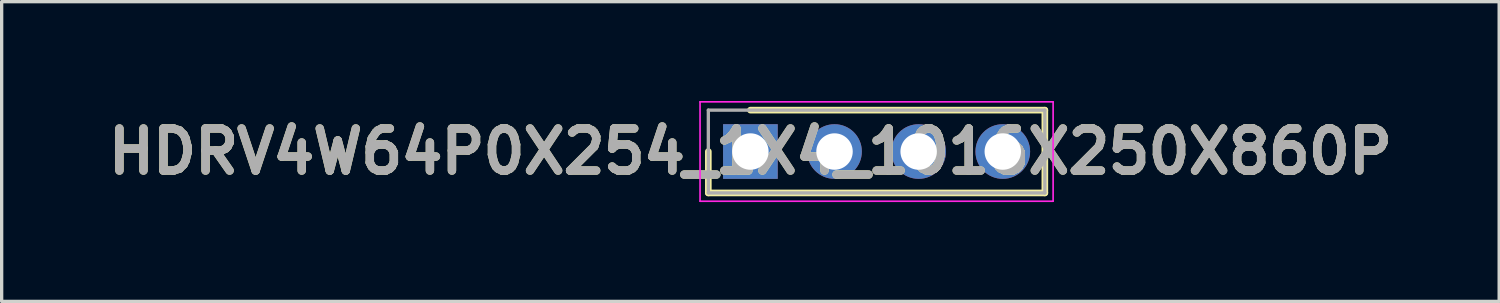
<source format=kicad_pcb>
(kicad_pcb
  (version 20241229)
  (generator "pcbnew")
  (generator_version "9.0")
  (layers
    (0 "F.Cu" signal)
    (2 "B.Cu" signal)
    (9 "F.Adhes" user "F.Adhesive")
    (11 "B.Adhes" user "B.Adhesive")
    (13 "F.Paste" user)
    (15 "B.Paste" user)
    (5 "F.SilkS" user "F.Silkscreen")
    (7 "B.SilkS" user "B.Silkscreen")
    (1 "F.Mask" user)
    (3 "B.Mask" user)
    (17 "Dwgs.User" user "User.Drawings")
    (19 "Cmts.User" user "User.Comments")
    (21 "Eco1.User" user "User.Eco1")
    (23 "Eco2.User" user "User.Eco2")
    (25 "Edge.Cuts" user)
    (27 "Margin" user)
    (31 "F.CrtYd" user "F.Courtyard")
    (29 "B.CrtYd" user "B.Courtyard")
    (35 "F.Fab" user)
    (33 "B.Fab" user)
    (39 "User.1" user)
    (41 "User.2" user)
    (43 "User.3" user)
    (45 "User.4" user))
  (footprint "HDRV4W64P0X254_1X4_1016X250X860P"
    (layer "F.Cu")
    (at 19.606 1.525)
    (property "Reference" "HDRV4W64P0X254_1X4_1016X250X860P" (at 0 0 0) (layer "F.SilkS") (effects (font (size 1.27 1.27) (thickness 0.254))))
    (attr through_hole)
    (fp_line (start -1.27 0) (end -1.27 1.25) (stroke (width 0.2) (type solid)) (layer "F.SilkS"))
    (fp_line (start -1.27 1.25) (end 8.89 1.25) (stroke (width 0.2) (type solid)) (layer "F.SilkS"))
    (fp_line (start 8.89 -1.25) (end 0 -1.25) (stroke (width 0.2) (type solid)) (layer "F.SilkS"))
    (fp_line (start 8.89 1.25) (end 8.89 -1.25) (stroke (width 0.2) (type solid)) (layer "F.SilkS"))
    (fp_line (start -1.52 -1.5) (end 9.14 -1.5) (stroke (width 0.05) (type solid)) (layer "F.CrtYd"))
    (fp_line (start -1.52 1.5) (end -1.52 -1.5) (stroke (width 0.05) (type solid)) (layer "F.CrtYd"))
    (fp_line (start 9.14 -1.5) (end 9.14 1.5) (stroke (width 0.05) (type solid)) (layer "F.CrtYd"))
    (fp_line (start 9.14 1.5) (end -1.52 1.5) (stroke (width 0.05) (type solid)) (layer "F.CrtYd"))
    (fp_line (start -1.27 -1.25) (end 8.89 -1.25) (stroke (width 0.1) (type solid)) (layer "F.Fab"))
    (fp_line (start -1.27 1.25) (end -1.27 -1.25) (stroke (width 0.1) (type solid)) (layer "F.Fab"))
    (fp_line (start 8.89 -1.25) (end 8.89 1.25) (stroke (width 0.1) (type solid)) (layer "F.Fab"))
    (fp_line (start 8.89 1.25) (end -1.27 1.25) (stroke (width 0.1) (type solid)) (layer "F.Fab"))
    (fp_text user "${REFERENCE}" (at 0 0 0) (layer "F.Fab") (effects (font (size 1.27 1.27) (thickness 0.254))))
    (pad "1" thru_hole rect (at 0 0) (size 1.65 1.65) (drill 1.1) (layers "*.Cu" "*.Mask"))
    (pad "2" thru_hole circle (at 2.54 0) (size 1.65 1.65) (drill 1.1) (layers "*.Cu" "*.Mask"))
    (pad "3" thru_hole circle (at 5.08 0) (size 1.65 1.65) (drill 1.1) (layers "*.Cu" "*.Mask"))
    (pad "4" thru_hole circle (at 7.62 0) (size 1.65 1.65) (drill 1.1) (layers "*.Cu" "*.Mask")))
  (gr_rect
    (start -3 -3)
    (end 42.213 6.05)
    (stroke (width 0.1) (type default))
    (fill no)
    (layer "Edge.Cuts")))
</source>
